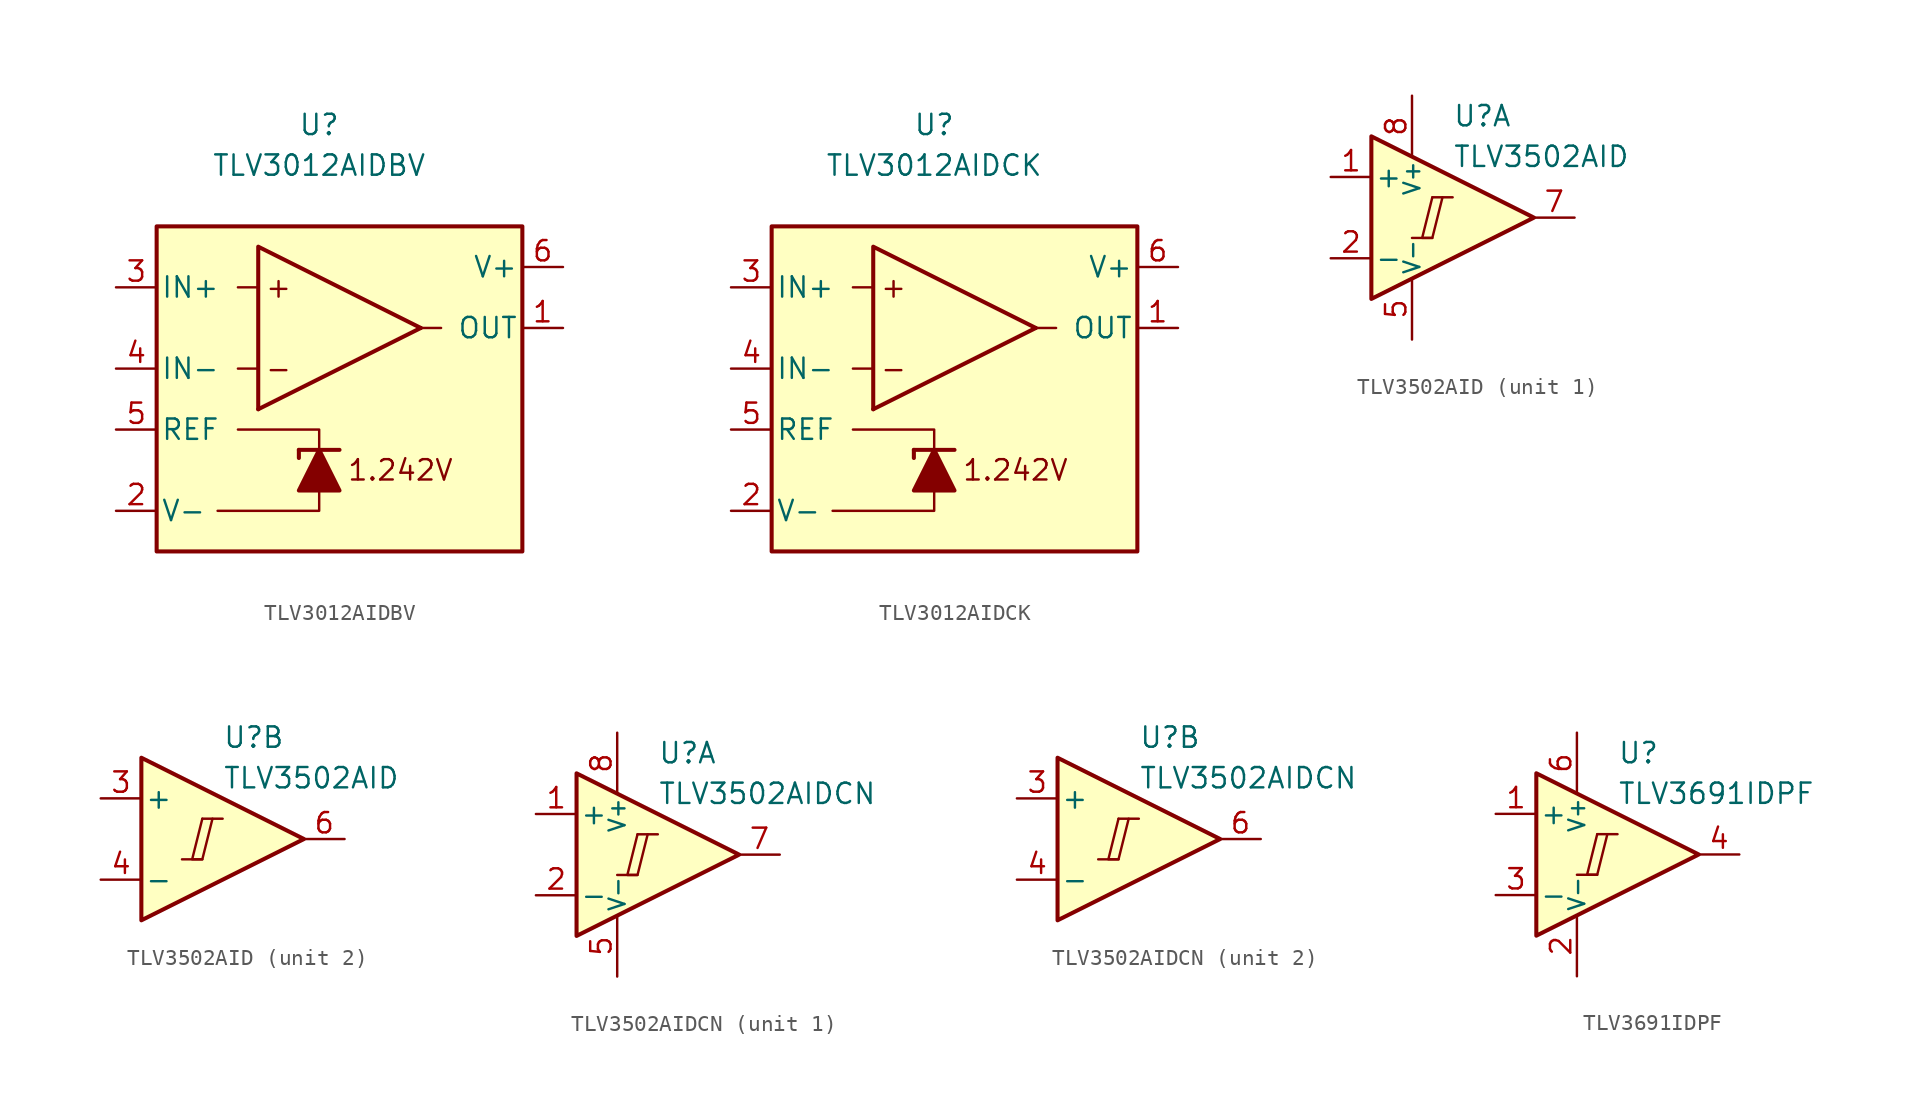
<source format=kicad_sym>
(kicad_symbol_lib
  (version 20231120)
  (generator "kicad_symbol_editor")
  (generator_version "8.0")
  (symbol "TLV3012AIDBV"
    (pin_names
      (offset 0.254))
    (property "Reference" "U"
      (at 0 16.51 0)
      (effects (font (size 1.27 1.27))))
    (property "Value" "TLV3012AIDBV"
      (at 0 13.97 0)
      (effects (font (size 1.27 1.27))))
    (symbol "TLV3012AIDBV_0_0"
      (polyline (pts (xy 6.35 3.81) (xy -3.81 -1.27)) (stroke (width 0.254) (type default)) (fill (type none)))
      (polyline (pts (xy 6.35 3.81) (xy -3.81 8.89) (xy -3.81 -1.27)) (stroke (width 0.254) (type default)) (fill (type background)))
      (text "+" (at -2.54 6.35 0) (effects (font (size 1.27 1.27))))
      (text "-" (at -2.54 1.27 0) (effects (font (size 1.27 1.27))))
      (text "1.242V" (at 5.08 -5.08 0) (effects (font (size 1.27 1.27)))))
    (symbol "TLV3012AIDBV_0_1"
      (rectangle (start -10.16 10.16) (end 12.7 -10.16) (stroke (width 0.254) (type default)) (fill (type background)))
      (polyline (pts (xy -3.81 1.27) (xy -5.08 1.27)) (stroke (width 0) (type default)) (fill (type none)))
      (polyline (pts (xy -3.81 6.35) (xy -5.08 6.35)) (stroke (width 0) (type default)) (fill (type none)))
      (polyline (pts (xy -1.27 -3.81) (xy -1.27 -4.318)) (stroke (width 0.254) (type default)) (fill (type none)))
      (polyline (pts (xy -1.27 -3.81) (xy 1.27 -3.81)) (stroke (width 0.254) (type default)) (fill (type none)))
      (polyline (pts (xy 6.35 3.81) (xy 7.62 3.81)) (stroke (width 0) (type default)) (fill (type none)))
      (polyline (pts (xy 0 -6.35) (xy 0 -7.62) (xy -6.35 -7.62)) (stroke (width 0) (type default)) (fill (type none)))
      (polyline (pts (xy 0 -3.81) (xy 0 -2.54) (xy -5.08 -2.54)) (stroke (width 0) (type default)) (fill (type none)))
      (polyline (pts (xy 1.27 -6.35) (xy -1.27 -6.35) (xy 0 -3.81) (xy 1.27 -6.35)) (stroke (width 0.254) (type default)) (fill (type outline))))
    (symbol "TLV3012AIDBV_1_1"
      (pin output line (at 15.24 3.81 180) (length 2.54) (name "OUT" (effects (font (size 1.27 1.27)))) (number "1" (effects (font (size 1.27 1.27)))))
      (pin power_in line (at -12.7 -7.62 0) (length 2.54) (name "V-" (effects (font (size 1.27 1.27)))) (number "2" (effects (font (size 1.27 1.27)))))
      (pin input line (at -12.7 6.35 0) (length 2.54) (name "IN+" (effects (font (size 1.27 1.27)))) (number "3" (effects (font (size 1.27 1.27)))))
      (pin input line (at -12.7 1.27 0) (length 2.54) (name "IN-" (effects (font (size 1.27 1.27)))) (number "4" (effects (font (size 1.27 1.27)))))
      (pin output line (at -12.7 -2.54 0) (length 2.54) (name "REF" (effects (font (size 1.27 1.27)))) (number "5" (effects (font (size 1.27 1.27)))))
      (pin power_in line (at 15.24 7.62 180) (length 2.54) (name "V+" (effects (font (size 1.27 1.27)))) (number "6" (effects (font (size 1.27 1.27)))))))
  (symbol "TLV3012AIDCK"
    (pin_names
      (offset 0.254))
    (property "Reference" "U"
      (at 0 16.51 0)
      (effects (font (size 1.27 1.27))))
    (property "Value" "TLV3012AIDCK"
      (at 0 13.97 0)
      (effects (font (size 1.27 1.27))))
    (symbol "TLV3012AIDCK_0_0"
      (polyline (pts (xy 6.35 3.81) (xy -3.81 -1.27)) (stroke (width 0.254) (type default)) (fill (type none)))
      (polyline (pts (xy 6.35 3.81) (xy -3.81 8.89) (xy -3.81 -1.27)) (stroke (width 0.254) (type default)) (fill (type background)))
      (text "+" (at -2.54 6.35 0) (effects (font (size 1.27 1.27))))
      (text "-" (at -2.54 1.27 0) (effects (font (size 1.27 1.27))))
      (text "1.242V" (at 5.08 -5.08 0) (effects (font (size 1.27 1.27)))))
    (symbol "TLV3012AIDCK_0_1"
      (rectangle (start -10.16 10.16) (end 12.7 -10.16) (stroke (width 0.254) (type default)) (fill (type background)))
      (polyline (pts (xy -3.81 1.27) (xy -5.08 1.27)) (stroke (width 0) (type default)) (fill (type none)))
      (polyline (pts (xy -3.81 6.35) (xy -5.08 6.35)) (stroke (width 0) (type default)) (fill (type none)))
      (polyline (pts (xy -1.27 -3.81) (xy -1.27 -4.318)) (stroke (width 0.254) (type default)) (fill (type none)))
      (polyline (pts (xy -1.27 -3.81) (xy 1.27 -3.81)) (stroke (width 0.254) (type default)) (fill (type none)))
      (polyline (pts (xy 6.35 3.81) (xy 7.62 3.81)) (stroke (width 0) (type default)) (fill (type none)))
      (polyline (pts (xy 0 -6.35) (xy 0 -7.62) (xy -6.35 -7.62)) (stroke (width 0) (type default)) (fill (type none)))
      (polyline (pts (xy 0 -3.81) (xy 0 -2.54) (xy -5.08 -2.54)) (stroke (width 0) (type default)) (fill (type none)))
      (polyline (pts (xy 1.27 -6.35) (xy -1.27 -6.35) (xy 0 -3.81) (xy 1.27 -6.35)) (stroke (width 0.254) (type default)) (fill (type outline))))
    (symbol "TLV3012AIDCK_1_1"
      (pin output line (at 15.24 3.81 180) (length 2.54) (name "OUT" (effects (font (size 1.27 1.27)))) (number "1" (effects (font (size 1.27 1.27)))))
      (pin power_in line (at -12.7 -7.62 0) (length 2.54) (name "V-" (effects (font (size 1.27 1.27)))) (number "2" (effects (font (size 1.27 1.27)))))
      (pin input line (at -12.7 6.35 0) (length 2.54) (name "IN+" (effects (font (size 1.27 1.27)))) (number "3" (effects (font (size 1.27 1.27)))))
      (pin input line (at -12.7 1.27 0) (length 2.54) (name "IN-" (effects (font (size 1.27 1.27)))) (number "4" (effects (font (size 1.27 1.27)))))
      (pin output line (at -12.7 -2.54 0) (length 2.54) (name "REF" (effects (font (size 1.27 1.27)))) (number "5" (effects (font (size 1.27 1.27)))))
      (pin power_in line (at 15.24 7.62 180) (length 2.54) (name "V+" (effects (font (size 1.27 1.27)))) (number "6" (effects (font (size 1.27 1.27)))))))
  (symbol "TLV3502AID"
    (pin_names
      (offset 0.2))
    (property "Reference" "U"
      (at 1.27 6.35 0)
      (effects (font (size 1.27 1.27)) (justify left)))
    (property "Value" "TLV3502AID"
      (at 1.27 3.81 0)
      (effects (font (size 1.27 1.27)) (justify left)))
    (property "ki_locked" ""
      (at 0 0 0)
      (effects (font (size 1.27 1.27))))
    (symbol "TLV3502AID_0_0"
      (polyline (pts (xy -1.27 -1.27) (xy 0 -1.27)) (stroke (width 0.152) (type default)) (fill (type none)))
      (polyline (pts (xy 0 1.27) (xy 1.27 1.27)) (stroke (width 0.152) (type default)) (fill (type none)))
      (polyline (pts (xy 0 1.27) (xy -0.635 -1.27) (xy 0 -1.27) (xy 0.635 1.27)) (stroke (width 0.152) (type default)) (fill (type none))))
    (symbol "TLV3502AID_0_1"
      (polyline (pts (xy -3.81 5.08) (xy -3.81 -5.08) (xy 6.35 0) (xy -3.81 5.08)) (stroke (width 0.254) (type default)) (fill (type background))))
    (symbol "TLV3502AID_1_1"
      (pin input line (at -6.35 2.54 0) (length 2.54) (name "+" (effects (font (size 1.27 1.27)))) (number "1" (effects (font (size 1.27 1.27)))))
      (pin input line (at -6.35 -2.54 0) (length 2.54) (name "-" (effects (font (size 1.27 1.27)))) (number "2" (effects (font (size 1.27 1.27)))))
      (pin power_in line (at -1.27 -7.62 90) (length 3.81) (name "V-" (effects (font (size 1 1)))) (number "5" (effects (font (size 1.27 1.27)))))
      (pin output line (at 8.89 0 180) (length 2.54) (name "~" (effects (font (size 1.27 1.27)))) (number "7" (effects (font (size 1.27 1.27)))))
      (pin power_in line (at -1.27 7.62 270) (length 3.81) (name "V+" (effects (font (size 1 1)))) (number "8" (effects (font (size 1.27 1.27))))))
    (symbol "TLV3502AID_2_1"
      (pin input line (at -6.35 2.54 0) (length 2.54) (name "+" (effects (font (size 1.27 1.27)))) (number "3" (effects (font (size 1.27 1.27)))))
      (pin input line (at -6.35 -2.54 0) (length 2.54) (name "-" (effects (font (size 1.27 1.27)))) (number "4" (effects (font (size 1.27 1.27)))))
      (pin output line (at 8.89 0 180) (length 2.54) (name "~" (effects (font (size 1.27 1.27)))) (number "6" (effects (font (size 1.27 1.27)))))))
  (symbol "TLV3502AIDCN"
    (pin_names
      (offset 0.2))
    (property "Reference" "U"
      (at 1.27 6.35 0)
      (effects (font (size 1.27 1.27)) (justify left)))
    (property "Value" "TLV3502AIDCN"
      (at 1.27 3.81 0)
      (effects (font (size 1.27 1.27)) (justify left)))
    (property "ki_locked" ""
      (at 0 0 0)
      (effects (font (size 1.27 1.27))))
    (symbol "TLV3502AIDCN_0_0"
      (polyline (pts (xy -1.27 -1.27) (xy 0 -1.27)) (stroke (width 0.152) (type default)) (fill (type none)))
      (polyline (pts (xy 0 1.27) (xy 1.27 1.27)) (stroke (width 0.152) (type default)) (fill (type none)))
      (polyline (pts (xy 0 1.27) (xy -0.635 -1.27) (xy 0 -1.27) (xy 0.635 1.27)) (stroke (width 0.152) (type default)) (fill (type none))))
    (symbol "TLV3502AIDCN_0_1"
      (polyline (pts (xy -3.81 5.08) (xy -3.81 -5.08) (xy 6.35 0) (xy -3.81 5.08)) (stroke (width 0.254) (type default)) (fill (type background))))
    (symbol "TLV3502AIDCN_1_1"
      (pin input line (at -6.35 2.54 0) (length 2.54) (name "+" (effects (font (size 1.27 1.27)))) (number "1" (effects (font (size 1.27 1.27)))))
      (pin input line (at -6.35 -2.54 0) (length 2.54) (name "-" (effects (font (size 1.27 1.27)))) (number "2" (effects (font (size 1.27 1.27)))))
      (pin power_in line (at -1.27 -7.62 90) (length 3.81) (name "V-" (effects (font (size 1 1)))) (number "5" (effects (font (size 1.27 1.27)))))
      (pin output line (at 8.89 0 180) (length 2.54) (name "~" (effects (font (size 1.27 1.27)))) (number "7" (effects (font (size 1.27 1.27)))))
      (pin power_in line (at -1.27 7.62 270) (length 3.81) (name "V+" (effects (font (size 1 1)))) (number "8" (effects (font (size 1.27 1.27))))))
    (symbol "TLV3502AIDCN_2_1"
      (pin input line (at -6.35 2.54 0) (length 2.54) (name "+" (effects (font (size 1.27 1.27)))) (number "3" (effects (font (size 1.27 1.27)))))
      (pin input line (at -6.35 -2.54 0) (length 2.54) (name "-" (effects (font (size 1.27 1.27)))) (number "4" (effects (font (size 1.27 1.27)))))
      (pin output line (at 8.89 0 180) (length 2.54) (name "~" (effects (font (size 1.27 1.27)))) (number "6" (effects (font (size 1.27 1.27)))))))
  (symbol "TLV3691IDPF"
    (pin_names
      (offset 0.2))
    (property "Reference" "U"
      (at 1.27 6.35 0)
      (effects (font (size 1.27 1.27)) (justify left)))
    (property "Value" "TLV3691IDPF"
      (at 1.27 3.81 0)
      (effects (font (size 1.27 1.27)) (justify left)))
    (symbol "TLV3691IDPF_0_0"
      (polyline (pts (xy -1.27 -1.27) (xy 0 -1.27)) (stroke (width 0.152) (type default)) (fill (type none)))
      (polyline (pts (xy 0 1.27) (xy 1.27 1.27)) (stroke (width 0.152) (type default)) (fill (type none)))
      (polyline (pts (xy 0 1.27) (xy -0.635 -1.27) (xy 0 -1.27) (xy 0.635 1.27)) (stroke (width 0.152) (type default)) (fill (type none))))
    (symbol "TLV3691IDPF_0_1"
      (polyline (pts (xy -3.81 5.08) (xy -3.81 -5.08) (xy 6.35 0) (xy -3.81 5.08)) (stroke (width 0.254) (type default)) (fill (type background))))
    (symbol "TLV3691IDPF_1_1"
      (pin input line (at -6.35 2.54 0) (length 2.54) (name "+" (effects (font (size 1.27 1.27)))) (number "1" (effects (font (size 1.27 1.27)))))
      (pin power_in line (at -1.27 -7.62 90) (length 3.81) (name "V-" (effects (font (size 1 1)))) (number "2" (effects (font (size 1.27 1.27)))))
      (pin input line (at -6.35 -2.54 0) (length 2.54) (name "-" (effects (font (size 1.27 1.27)))) (number "3" (effects (font (size 1.27 1.27)))))
      (pin output line (at 8.89 0 180) (length 2.54) (name "~" (effects (font (size 1.27 1.27)))) (number "4" (effects (font (size 1.27 1.27)))))
      (pin free line (at -1.27 0 0) (length 2.54) hide (name "NC" (effects (font (size 1.27 1.27)))) (number "5" (effects (font (size 1.27 1.27)))))
      (pin power_in line (at -1.27 7.62 270) (length 3.81) (name "V+" (effects (font (size 1 1)))) (number "6" (effects (font (size 1.27 1.27))))))))
</source>
